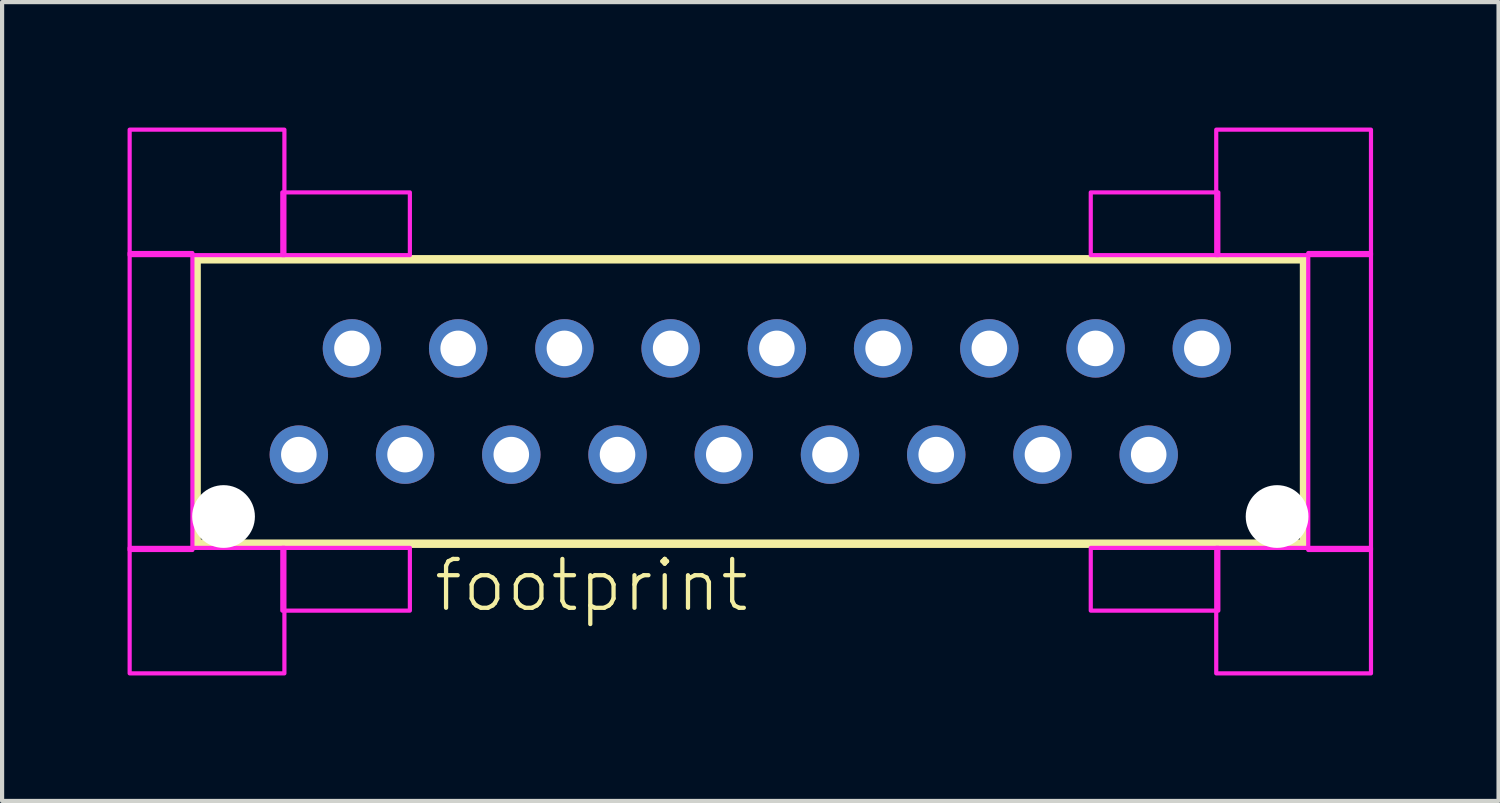
<source format=kicad_pcb>
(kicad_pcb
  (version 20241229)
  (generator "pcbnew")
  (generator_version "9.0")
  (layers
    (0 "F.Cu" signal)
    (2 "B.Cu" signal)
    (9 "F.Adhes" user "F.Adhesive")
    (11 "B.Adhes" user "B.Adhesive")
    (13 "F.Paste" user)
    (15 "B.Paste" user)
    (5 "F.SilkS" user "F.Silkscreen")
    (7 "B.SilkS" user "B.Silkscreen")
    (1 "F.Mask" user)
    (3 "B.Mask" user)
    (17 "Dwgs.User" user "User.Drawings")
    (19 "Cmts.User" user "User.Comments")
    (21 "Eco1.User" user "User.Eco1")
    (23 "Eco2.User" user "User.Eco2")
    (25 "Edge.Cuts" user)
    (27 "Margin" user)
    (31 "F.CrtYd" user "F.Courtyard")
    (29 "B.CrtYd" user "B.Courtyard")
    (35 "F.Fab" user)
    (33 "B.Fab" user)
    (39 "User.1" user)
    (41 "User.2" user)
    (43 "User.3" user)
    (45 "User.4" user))
  (footprint "footprint"
    (layer "F.Cu")
    (at 14.89 6.55)
    (property "Reference" "footprint" (at -7.62 5.08 0) (layer "F.SilkS") (effects (font (size 1.168 1.168) (thickness 0.102)) (justify left bottom)))
    (fp_line (start -13.24 -3.4) (end 13.24 -3.4) (stroke (width 0.203) (type solid)) (layer "F.SilkS"))
    (fp_line (start -13.24 3.4) (end -13.24 -3.4) (stroke (width 0.203) (type solid)) (layer "F.SilkS"))
    (fp_line (start 13.24 -3.4) (end 13.24 3.4) (stroke (width 0.203) (type solid)) (layer "F.SilkS"))
    (fp_line (start 13.24 3.4) (end -13.24 3.4) (stroke (width 0.203) (type solid)) (layer "F.SilkS"))
    (fp_poly (pts (xy -14.84 -3.5) (xy -11.14 -3.5) (xy -11.14 -6.5) (xy -14.84 -6.5)) (stroke (width 0.1) (type solid)) (fill no) (layer "F.CrtYd"))
    (fp_poly (pts (xy -14.84 3.55) (xy -13.34 3.55) (xy -13.34 -3.55) (xy -14.84 -3.55)) (stroke (width 0.1) (type solid)) (fill no) (layer "F.CrtYd"))
    (fp_poly (pts (xy -14.84 6.5) (xy -11.14 6.5) (xy -11.14 3.5) (xy -14.84 3.5)) (stroke (width 0.1) (type solid)) (fill no) (layer "F.CrtYd"))
    (fp_poly (pts (xy -11.19 -3.5) (xy -8.14 -3.5) (xy -8.14 -5) (xy -11.19 -5)) (stroke (width 0.1) (type solid)) (fill no) (layer "F.CrtYd"))
    (fp_poly (pts (xy -11.19 5) (xy -8.14 5) (xy -8.14 3.5) (xy -11.19 3.5)) (stroke (width 0.1) (type solid)) (fill no) (layer "F.CrtYd"))
    (fp_poly (pts (xy 8.14 -3.5) (xy 11.19 -3.5) (xy 11.19 -5) (xy 8.14 -5)) (stroke (width 0.1) (type solid)) (fill no) (layer "F.CrtYd"))
    (fp_poly (pts (xy 8.14 5) (xy 11.19 5) (xy 11.19 3.5) (xy 8.14 3.5)) (stroke (width 0.1) (type solid)) (fill no) (layer "F.CrtYd"))
    (fp_poly (pts (xy 11.14 -3.5) (xy 14.84 -3.5) (xy 14.84 -6.5) (xy 11.14 -6.5)) (stroke (width 0.1) (type solid)) (fill no) (layer "F.CrtYd"))
    (fp_poly (pts (xy 11.14 6.5) (xy 14.84 6.5) (xy 14.84 3.5) (xy 11.14 3.5)) (stroke (width 0.1) (type solid)) (fill no) (layer "F.CrtYd"))
    (fp_poly (pts (xy 13.34 3.55) (xy 14.84 3.55) (xy 14.84 -3.55) (xy 13.34 -3.55)) (stroke (width 0.1) (type solid)) (fill no) (layer "F.CrtYd"))
    (pad "" np_thru_hole circle (at -12.595 2.75) (size 1.5 1.5) (drill 1.5) (layers "*.Cu" "*.Mask"))
    (pad "" np_thru_hole circle (at 12.595 2.75) (size 1.5 1.5) (drill 1.5) (layers "*.Cu" "*.Mask"))
    (pad "1" thru_hole circle (at -10.795 1.27) (size 1.397 1.397) (drill 0.85) (layers "*.Cu" "*.Mask"))
    (pad "2" thru_hole circle (at -9.525 -1.27) (size 1.397 1.397) (drill 0.85) (layers "*.Cu" "*.Mask"))
    (pad "3" thru_hole circle (at -8.255 1.27) (size 1.397 1.397) (drill 0.85) (layers "*.Cu" "*.Mask"))
    (pad "4" thru_hole circle (at -6.985 -1.27) (size 1.397 1.397) (drill 0.85) (layers "*.Cu" "*.Mask"))
    (pad "5" thru_hole circle (at -5.715 1.27) (size 1.397 1.397) (drill 0.85) (layers "*.Cu" "*.Mask"))
    (pad "6" thru_hole circle (at -4.445 -1.27) (size 1.397 1.397) (drill 0.85) (layers "*.Cu" "*.Mask"))
    (pad "7" thru_hole circle (at -3.175 1.27) (size 1.397 1.397) (drill 0.85) (layers "*.Cu" "*.Mask"))
    (pad "8" thru_hole circle (at -1.905 -1.27) (size 1.397 1.397) (drill 0.85) (layers "*.Cu" "*.Mask"))
    (pad "9" thru_hole circle (at -0.635 1.27) (size 1.397 1.397) (drill 0.85) (layers "*.Cu" "*.Mask"))
    (pad "10" thru_hole circle (at 0.635 -1.27) (size 1.397 1.397) (drill 0.85) (layers "*.Cu" "*.Mask"))
    (pad "11" thru_hole circle (at 1.905 1.27) (size 1.397 1.397) (drill 0.85) (layers "*.Cu" "*.Mask"))
    (pad "12" thru_hole circle (at 3.175 -1.27) (size 1.397 1.397) (drill 0.85) (layers "*.Cu" "*.Mask"))
    (pad "13" thru_hole circle (at 4.445 1.27) (size 1.397 1.397) (drill 0.85) (layers "*.Cu" "*.Mask"))
    (pad "14" thru_hole circle (at 5.715 -1.27) (size 1.397 1.397) (drill 0.85) (layers "*.Cu" "*.Mask"))
    (pad "15" thru_hole circle (at 6.985 1.27) (size 1.397 1.397) (drill 0.85) (layers "*.Cu" "*.Mask"))
    (pad "16" thru_hole circle (at 8.255 -1.27) (size 1.397 1.397) (drill 0.85) (layers "*.Cu" "*.Mask"))
    (pad "17" thru_hole circle (at 9.525 1.27) (size 1.397 1.397) (drill 0.85) (layers "*.Cu" "*.Mask"))
    (pad "18" thru_hole circle (at 10.795 -1.27) (size 1.397 1.397) (drill 0.85) (layers "*.Cu" "*.Mask")))
  (gr_rect
    (start -3 -3)
    (end 32.78 16.1)
    (stroke (width 0.1) (type default))
    (fill no)
    (layer "Edge.Cuts")))
</source>
